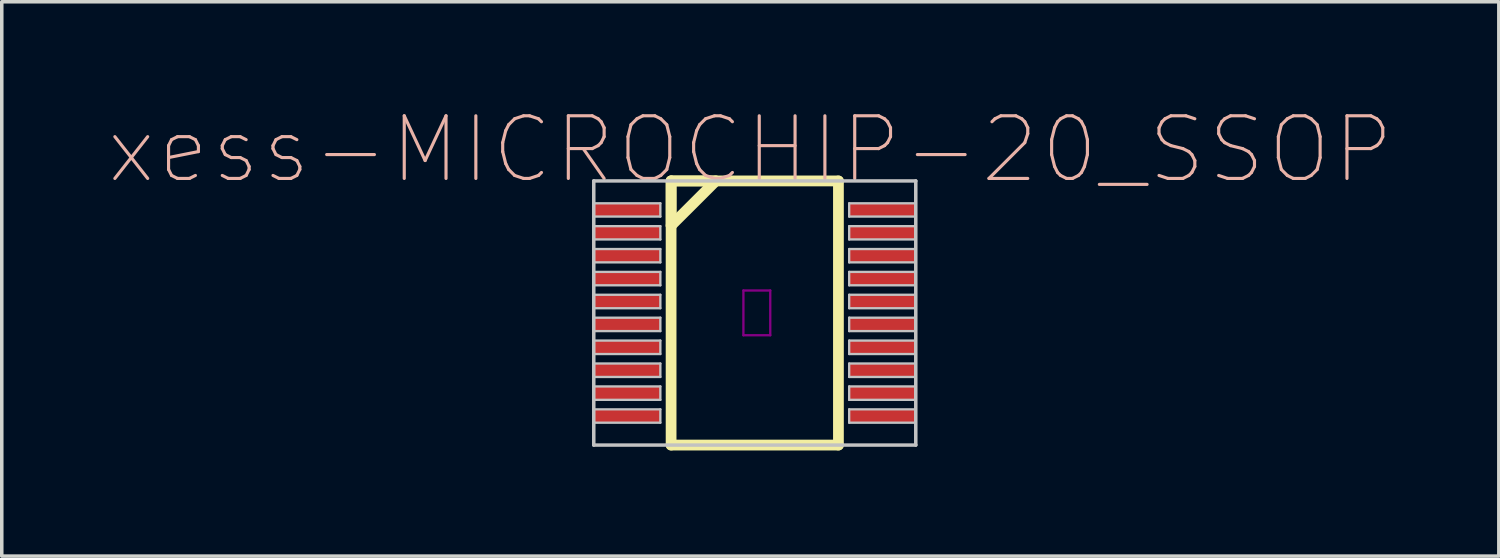
<source format=kicad_pcb>
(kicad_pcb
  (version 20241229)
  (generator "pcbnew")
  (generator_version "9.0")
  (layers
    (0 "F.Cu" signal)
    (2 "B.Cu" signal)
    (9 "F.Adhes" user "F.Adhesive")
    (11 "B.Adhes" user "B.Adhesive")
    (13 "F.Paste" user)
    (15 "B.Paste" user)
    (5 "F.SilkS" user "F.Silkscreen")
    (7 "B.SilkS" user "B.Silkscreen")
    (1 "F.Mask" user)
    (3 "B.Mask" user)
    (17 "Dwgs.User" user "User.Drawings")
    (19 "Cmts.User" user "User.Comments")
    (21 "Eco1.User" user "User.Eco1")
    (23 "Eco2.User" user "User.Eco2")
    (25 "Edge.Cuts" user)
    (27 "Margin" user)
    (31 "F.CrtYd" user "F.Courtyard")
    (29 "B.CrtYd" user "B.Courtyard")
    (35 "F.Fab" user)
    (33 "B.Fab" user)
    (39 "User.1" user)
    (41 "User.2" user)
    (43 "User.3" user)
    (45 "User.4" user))
  (footprint "xess-MICROCHIP-20_SSOP"
    (layer "F.Cu")
    (at 14.746 2.908)
    (property "Reference" "xess-MICROCHIP-20_SSOP" (at 3.498 -1.712 0) (layer "B.SilkS") (effects (font (size 1.778 1.778) (thickness 0.089))))
    (attr smd)
    (fp_line (start 1.25 -0.823) (end 1.25 0.445) (stroke (width 0.305) (type solid)) (layer "F.SilkS"))
    (fp_line (start 1.25 -0.823) (end 1.25 6.673) (stroke (width 0.305) (type solid)) (layer "F.SilkS"))
    (fp_line (start 1.25 0.445) (end 2.52 -0.823) (stroke (width 0.305) (type solid)) (layer "F.SilkS"))
    (fp_line (start 1.25 6.673) (end 5.999 6.673) (stroke (width 0.305) (type solid)) (layer "F.SilkS"))
    (fp_line (start 2.52 -0.823) (end 1.25 -0.823) (stroke (width 0.305) (type solid)) (layer "F.SilkS"))
    (fp_line (start 5.999 -0.823) (end 1.25 -0.823) (stroke (width 0.305) (type solid)) (layer "F.SilkS"))
    (fp_line (start 5.999 6.673) (end 5.999 -0.823) (stroke (width 0.305) (type solid)) (layer "F.SilkS"))
    (fp_line (start 3.302 2.286) (end 4.064 2.286) (stroke (width 0.066) (type solid)) (layer "F.Adhes"))
    (fp_line (start 3.302 3.556) (end 3.302 2.286) (stroke (width 0.066) (type solid)) (layer "F.Adhes"))
    (fp_line (start 3.302 3.556) (end 4.064 3.556) (stroke (width 0.066) (type solid)) (layer "F.Adhes"))
    (fp_line (start 4.064 3.556) (end 4.064 2.286) (stroke (width 0.066) (type solid)) (layer "F.Adhes"))
    (fp_line (start -0.945 -0.823) (end -0.945 6.673) (stroke (width 0.1) (type solid)) (layer "Dwgs.User"))
    (fp_line (start -0.945 -0.188) (end 0.945 -0.188) (stroke (width 0.066) (type solid)) (layer "Dwgs.User"))
    (fp_line (start -0.945 0.188) (end -0.945 -0.188) (stroke (width 0.066) (type solid)) (layer "Dwgs.User"))
    (fp_line (start -0.945 0.188) (end 0.945 0.188) (stroke (width 0.066) (type solid)) (layer "Dwgs.User"))
    (fp_line (start -0.945 0.46) (end 0.945 0.46) (stroke (width 0.066) (type solid)) (layer "Dwgs.User"))
    (fp_line (start -0.945 0.838) (end -0.945 0.46) (stroke (width 0.066) (type solid)) (layer "Dwgs.User"))
    (fp_line (start -0.945 0.838) (end 0.945 0.838) (stroke (width 0.066) (type solid)) (layer "Dwgs.User"))
    (fp_line (start -0.945 1.11) (end 0.945 1.11) (stroke (width 0.066) (type solid)) (layer "Dwgs.User"))
    (fp_line (start -0.945 1.488) (end -0.945 1.11) (stroke (width 0.066) (type solid)) (layer "Dwgs.User"))
    (fp_line (start -0.945 1.488) (end 0.945 1.488) (stroke (width 0.066) (type solid)) (layer "Dwgs.User"))
    (fp_line (start -0.945 1.758) (end 0.945 1.758) (stroke (width 0.066) (type solid)) (layer "Dwgs.User"))
    (fp_line (start -0.945 2.139) (end -0.945 1.758) (stroke (width 0.066) (type solid)) (layer "Dwgs.User"))
    (fp_line (start -0.945 2.139) (end 0.945 2.139) (stroke (width 0.066) (type solid)) (layer "Dwgs.User"))
    (fp_line (start -0.945 2.408) (end 0.945 2.408) (stroke (width 0.066) (type solid)) (layer "Dwgs.User"))
    (fp_line (start -0.945 2.789) (end -0.945 2.408) (stroke (width 0.066) (type solid)) (layer "Dwgs.User"))
    (fp_line (start -0.945 2.789) (end 0.945 2.789) (stroke (width 0.066) (type solid)) (layer "Dwgs.User"))
    (fp_line (start -0.945 3.058) (end 0.945 3.058) (stroke (width 0.066) (type solid)) (layer "Dwgs.User"))
    (fp_line (start -0.945 3.439) (end -0.945 3.058) (stroke (width 0.066) (type solid)) (layer "Dwgs.User"))
    (fp_line (start -0.945 3.439) (end 0.945 3.439) (stroke (width 0.066) (type solid)) (layer "Dwgs.User"))
    (fp_line (start -0.945 3.708) (end 0.945 3.708) (stroke (width 0.066) (type solid)) (layer "Dwgs.User"))
    (fp_line (start -0.945 4.089) (end -0.945 3.708) (stroke (width 0.066) (type solid)) (layer "Dwgs.User"))
    (fp_line (start -0.945 4.089) (end 0.945 4.089) (stroke (width 0.066) (type solid)) (layer "Dwgs.User"))
    (fp_line (start -0.945 4.359) (end 0.945 4.359) (stroke (width 0.066) (type solid)) (layer "Dwgs.User"))
    (fp_line (start -0.945 4.74) (end -0.945 4.359) (stroke (width 0.066) (type solid)) (layer "Dwgs.User"))
    (fp_line (start -0.945 4.74) (end 0.945 4.74) (stroke (width 0.066) (type solid)) (layer "Dwgs.User"))
    (fp_line (start -0.945 5.009) (end 0.945 5.009) (stroke (width 0.066) (type solid)) (layer "Dwgs.User"))
    (fp_line (start -0.945 5.39) (end -0.945 5.009) (stroke (width 0.066) (type solid)) (layer "Dwgs.User"))
    (fp_line (start -0.945 5.39) (end 0.945 5.39) (stroke (width 0.066) (type solid)) (layer "Dwgs.User"))
    (fp_line (start -0.945 5.659) (end 0.945 5.659) (stroke (width 0.066) (type solid)) (layer "Dwgs.User"))
    (fp_line (start -0.945 6.038) (end -0.945 5.659) (stroke (width 0.066) (type solid)) (layer "Dwgs.User"))
    (fp_line (start -0.945 6.038) (end 0.945 6.038) (stroke (width 0.066) (type solid)) (layer "Dwgs.User"))
    (fp_line (start -0.945 6.673) (end 8.194 6.673) (stroke (width 0.1) (type solid)) (layer "Dwgs.User"))
    (fp_line (start 0.945 0.188) (end 0.945 -0.188) (stroke (width 0.066) (type solid)) (layer "Dwgs.User"))
    (fp_line (start 0.945 0.838) (end 0.945 0.46) (stroke (width 0.066) (type solid)) (layer "Dwgs.User"))
    (fp_line (start 0.945 1.488) (end 0.945 1.11) (stroke (width 0.066) (type solid)) (layer "Dwgs.User"))
    (fp_line (start 0.945 2.139) (end 0.945 1.758) (stroke (width 0.066) (type solid)) (layer "Dwgs.User"))
    (fp_line (start 0.945 2.789) (end 0.945 2.408) (stroke (width 0.066) (type solid)) (layer "Dwgs.User"))
    (fp_line (start 0.945 3.439) (end 0.945 3.058) (stroke (width 0.066) (type solid)) (layer "Dwgs.User"))
    (fp_line (start 0.945 4.089) (end 0.945 3.708) (stroke (width 0.066) (type solid)) (layer "Dwgs.User"))
    (fp_line (start 0.945 4.74) (end 0.945 4.359) (stroke (width 0.066) (type solid)) (layer "Dwgs.User"))
    (fp_line (start 0.945 5.39) (end 0.945 5.009) (stroke (width 0.066) (type solid)) (layer "Dwgs.User"))
    (fp_line (start 0.945 6.038) (end 0.945 5.659) (stroke (width 0.066) (type solid)) (layer "Dwgs.User"))
    (fp_line (start 6.304 -0.188) (end 8.194 -0.188) (stroke (width 0.066) (type solid)) (layer "Dwgs.User"))
    (fp_line (start 6.304 0.188) (end 6.304 -0.188) (stroke (width 0.066) (type solid)) (layer "Dwgs.User"))
    (fp_line (start 6.304 0.188) (end 8.194 0.188) (stroke (width 0.066) (type solid)) (layer "Dwgs.User"))
    (fp_line (start 6.304 0.46) (end 8.194 0.46) (stroke (width 0.066) (type solid)) (layer "Dwgs.User"))
    (fp_line (start 6.304 0.838) (end 6.304 0.46) (stroke (width 0.066) (type solid)) (layer "Dwgs.User"))
    (fp_line (start 6.304 0.838) (end 8.194 0.838) (stroke (width 0.066) (type solid)) (layer "Dwgs.User"))
    (fp_line (start 6.304 1.11) (end 8.194 1.11) (stroke (width 0.066) (type solid)) (layer "Dwgs.User"))
    (fp_line (start 6.304 1.488) (end 6.304 1.11) (stroke (width 0.066) (type solid)) (layer "Dwgs.User"))
    (fp_line (start 6.304 1.488) (end 8.194 1.488) (stroke (width 0.066) (type solid)) (layer "Dwgs.User"))
    (fp_line (start 6.304 1.758) (end 8.194 1.758) (stroke (width 0.066) (type solid)) (layer "Dwgs.User"))
    (fp_line (start 6.304 2.139) (end 6.304 1.758) (stroke (width 0.066) (type solid)) (layer "Dwgs.User"))
    (fp_line (start 6.304 2.139) (end 8.194 2.139) (stroke (width 0.066) (type solid)) (layer "Dwgs.User"))
    (fp_line (start 6.304 2.408) (end 8.194 2.408) (stroke (width 0.066) (type solid)) (layer "Dwgs.User"))
    (fp_line (start 6.304 2.789) (end 6.304 2.408) (stroke (width 0.066) (type solid)) (layer "Dwgs.User"))
    (fp_line (start 6.304 2.789) (end 8.194 2.789) (stroke (width 0.066) (type solid)) (layer "Dwgs.User"))
    (fp_line (start 6.304 3.058) (end 8.194 3.058) (stroke (width 0.066) (type solid)) (layer "Dwgs.User"))
    (fp_line (start 6.304 3.439) (end 6.304 3.058) (stroke (width 0.066) (type solid)) (layer "Dwgs.User"))
    (fp_line (start 6.304 3.439) (end 8.194 3.439) (stroke (width 0.066) (type solid)) (layer "Dwgs.User"))
    (fp_line (start 6.304 3.708) (end 8.194 3.708) (stroke (width 0.066) (type solid)) (layer "Dwgs.User"))
    (fp_line (start 6.304 4.089) (end 6.304 3.708) (stroke (width 0.066) (type solid)) (layer "Dwgs.User"))
    (fp_line (start 6.304 4.089) (end 8.194 4.089) (stroke (width 0.066) (type solid)) (layer "Dwgs.User"))
    (fp_line (start 6.304 4.359) (end 8.194 4.359) (stroke (width 0.066) (type solid)) (layer "Dwgs.User"))
    (fp_line (start 6.304 4.74) (end 6.304 4.359) (stroke (width 0.066) (type solid)) (layer "Dwgs.User"))
    (fp_line (start 6.304 4.74) (end 8.194 4.74) (stroke (width 0.066) (type solid)) (layer "Dwgs.User"))
    (fp_line (start 6.304 5.009) (end 8.194 5.009) (stroke (width 0.066) (type solid)) (layer "Dwgs.User"))
    (fp_line (start 6.304 5.39) (end 6.304 5.009) (stroke (width 0.066) (type solid)) (layer "Dwgs.User"))
    (fp_line (start 6.304 5.39) (end 8.194 5.39) (stroke (width 0.066) (type solid)) (layer "Dwgs.User"))
    (fp_line (start 6.304 5.659) (end 8.194 5.659) (stroke (width 0.066) (type solid)) (layer "Dwgs.User"))
    (fp_line (start 6.304 6.038) (end 6.304 5.659) (stroke (width 0.066) (type solid)) (layer "Dwgs.User"))
    (fp_line (start 6.304 6.038) (end 8.194 6.038) (stroke (width 0.066) (type solid)) (layer "Dwgs.User"))
    (fp_line (start 8.194 -0.823) (end -0.945 -0.823) (stroke (width 0.1) (type solid)) (layer "Dwgs.User"))
    (fp_line (start 8.194 0.188) (end 8.194 -0.188) (stroke (width 0.066) (type solid)) (layer "Dwgs.User"))
    (fp_line (start 8.194 0.838) (end 8.194 0.46) (stroke (width 0.066) (type solid)) (layer "Dwgs.User"))
    (fp_line (start 8.194 1.488) (end 8.194 1.11) (stroke (width 0.066) (type solid)) (layer "Dwgs.User"))
    (fp_line (start 8.194 2.139) (end 8.194 1.758) (stroke (width 0.066) (type solid)) (layer "Dwgs.User"))
    (fp_line (start 8.194 2.789) (end 8.194 2.408) (stroke (width 0.066) (type solid)) (layer "Dwgs.User"))
    (fp_line (start 8.194 3.439) (end 8.194 3.058) (stroke (width 0.066) (type solid)) (layer "Dwgs.User"))
    (fp_line (start 8.194 4.089) (end 8.194 3.708) (stroke (width 0.066) (type solid)) (layer "Dwgs.User"))
    (fp_line (start 8.194 4.74) (end 8.194 4.359) (stroke (width 0.066) (type solid)) (layer "Dwgs.User"))
    (fp_line (start 8.194 5.39) (end 8.194 5.009) (stroke (width 0.066) (type solid)) (layer "Dwgs.User"))
    (fp_line (start 8.194 6.038) (end 8.194 5.659) (stroke (width 0.066) (type solid)) (layer "Dwgs.User"))
    (fp_line (start 8.194 6.673) (end 8.194 -0.823) (stroke (width 0.1) (type solid)) (layer "Dwgs.User"))
    (pad "1" smd rect (at 0 0) (size 1.89 0.378) (layers "F.Cu" "F.Mask" "F.Paste"))
    (pad "2" smd rect (at 0 0.648) (size 1.89 0.378) (layers "F.Cu" "F.Mask" "F.Paste"))
    (pad "3" smd rect (at 0 1.298) (size 1.89 0.378) (layers "F.Cu" "F.Mask" "F.Paste"))
    (pad "4" smd rect (at 0 1.948) (size 1.89 0.378) (layers "F.Cu" "F.Mask" "F.Paste"))
    (pad "5" smd rect (at 0 2.598) (size 1.89 0.378) (layers "F.Cu" "F.Mask" "F.Paste"))
    (pad "6" smd rect (at 0 3.249) (size 1.89 0.378) (layers "F.Cu" "F.Mask" "F.Paste"))
    (pad "7" smd rect (at 0 3.899) (size 1.89 0.378) (layers "F.Cu" "F.Mask" "F.Paste"))
    (pad "8" smd rect (at 0 4.549) (size 1.89 0.378) (layers "F.Cu" "F.Mask" "F.Paste"))
    (pad "9" smd rect (at 0 5.199) (size 1.89 0.378) (layers "F.Cu" "F.Mask" "F.Paste"))
    (pad "10" smd rect (at 0 5.85) (size 1.89 0.378) (layers "F.Cu" "F.Mask" "F.Paste"))
    (pad "11" smd rect (at 7.249 5.85) (size 1.89 0.378) (layers "F.Cu" "F.Mask" "F.Paste"))
    (pad "12" smd rect (at 7.249 5.199) (size 1.89 0.378) (layers "F.Cu" "F.Mask" "F.Paste"))
    (pad "13" smd rect (at 7.249 4.549) (size 1.89 0.378) (layers "F.Cu" "F.Mask" "F.Paste"))
    (pad "14" smd rect (at 7.249 3.899) (size 1.89 0.378) (layers "F.Cu" "F.Mask" "F.Paste"))
    (pad "15" smd rect (at 7.249 3.249) (size 1.89 0.378) (layers "F.Cu" "F.Mask" "F.Paste"))
    (pad "16" smd rect (at 7.249 2.598) (size 1.89 0.378) (layers "F.Cu" "F.Mask" "F.Paste"))
    (pad "17" smd rect (at 7.249 1.948) (size 1.89 0.378) (layers "F.Cu" "F.Mask" "F.Paste"))
    (pad "18" smd rect (at 7.249 1.298) (size 1.89 0.378) (layers "F.Cu" "F.Mask" "F.Paste"))
    (pad "19" smd rect (at 7.249 0.648) (size 1.89 0.378) (layers "F.Cu" "F.Mask" "F.Paste"))
    (pad "20" smd rect (at 7.249 0) (size 1.89 0.378) (layers "F.Cu" "F.Mask" "F.Paste")))
  (gr_rect
    (start -3 -3)
    (end 39.487 12.733)
    (stroke (width 0.1) (type default))
    (fill no)
    (layer "Edge.Cuts")))
</source>
